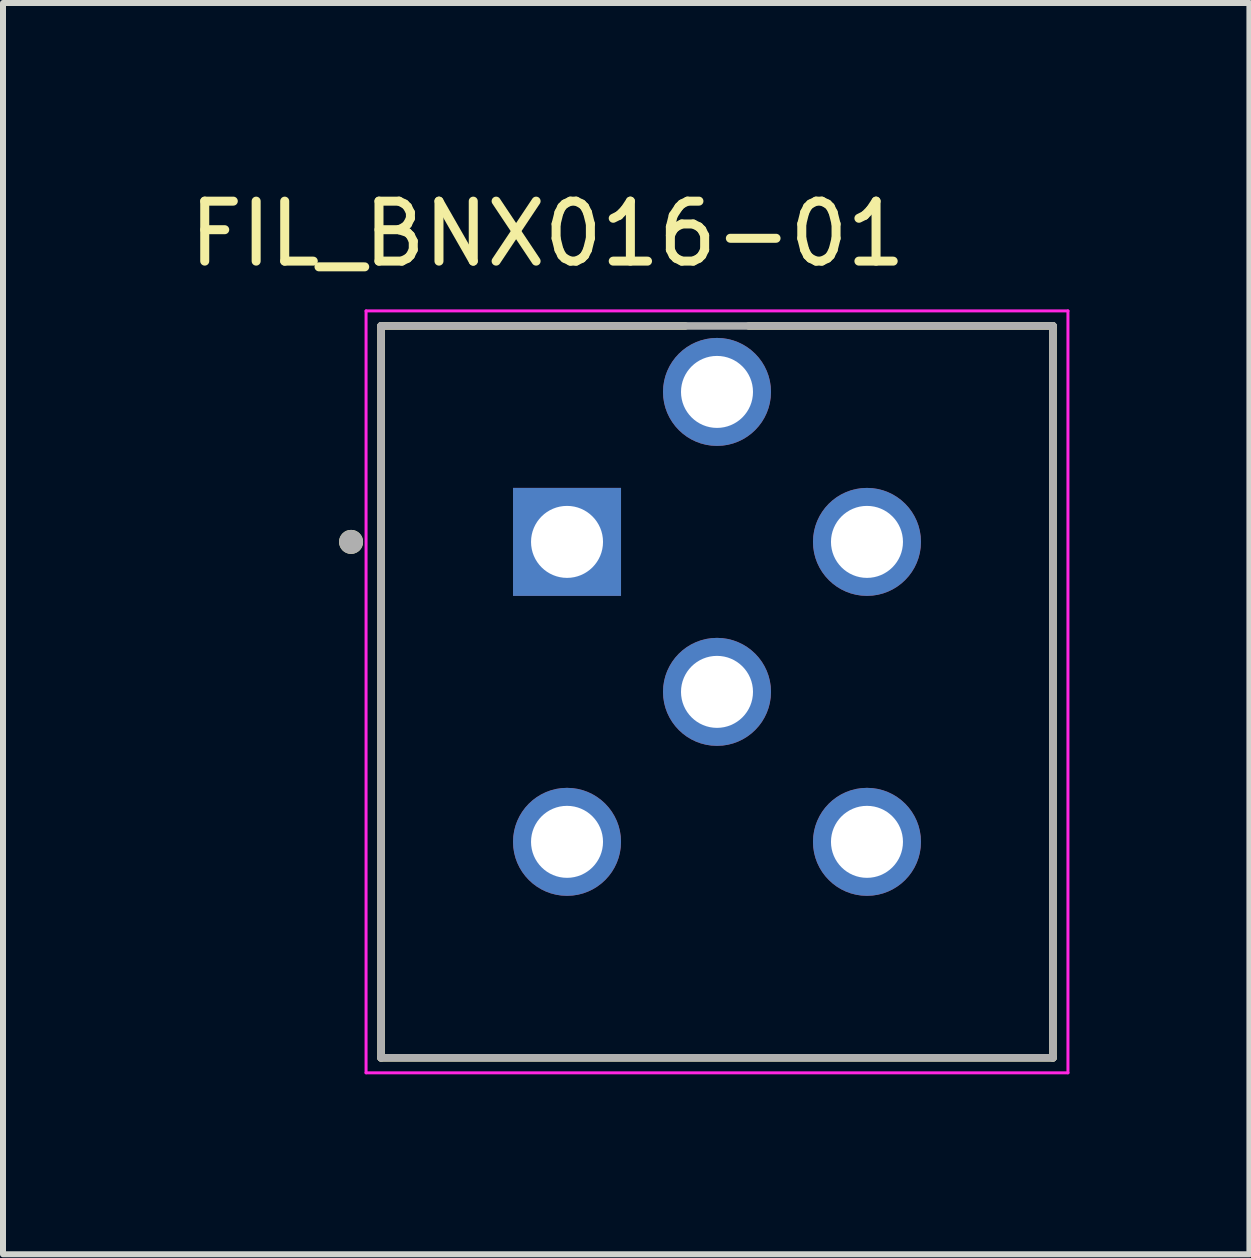
<source format=kicad_pcb>
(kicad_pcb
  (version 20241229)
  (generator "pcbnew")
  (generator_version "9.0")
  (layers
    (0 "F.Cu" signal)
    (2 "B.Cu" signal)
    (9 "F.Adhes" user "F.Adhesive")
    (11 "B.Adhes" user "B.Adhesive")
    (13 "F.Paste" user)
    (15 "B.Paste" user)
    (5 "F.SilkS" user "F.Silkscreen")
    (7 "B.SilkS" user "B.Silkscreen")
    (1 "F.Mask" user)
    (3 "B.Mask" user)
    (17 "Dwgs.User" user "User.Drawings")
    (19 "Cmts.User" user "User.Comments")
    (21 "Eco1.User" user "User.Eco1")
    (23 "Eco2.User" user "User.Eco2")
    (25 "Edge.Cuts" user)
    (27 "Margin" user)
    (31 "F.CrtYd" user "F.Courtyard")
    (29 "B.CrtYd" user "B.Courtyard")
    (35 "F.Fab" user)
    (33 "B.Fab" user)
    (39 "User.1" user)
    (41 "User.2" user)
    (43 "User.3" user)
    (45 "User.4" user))
  (footprint "FIL_BNX016-01"
    (layer "F.Cu")
    (at 8.902 8.483)
    (property "Reference" "FIL_BNX016-01" (at -2.825 -7.635 0) (layer "F.SilkS") (effects (font (size 1 1) (thickness 0.15))))
    (attr through_hole)
    (fp_line (start -5.6 -6.1) (end -0.53 -6.1) (stroke (width 0.127) (type solid)) (layer "F.SilkS"))
    (fp_line (start -5.6 6.1) (end -5.6 -6.1) (stroke (width 0.127) (type solid)) (layer "F.SilkS"))
    (fp_line (start 0.53 -6.1) (end 5.6 -6.1) (stroke (width 0.127) (type solid)) (layer "F.SilkS"))
    (fp_line (start 5.6 -6.1) (end 5.6 6.1) (stroke (width 0.127) (type solid)) (layer "F.SilkS"))
    (fp_line (start 5.6 6.1) (end -5.6 6.1) (stroke (width 0.127) (type solid)) (layer "F.SilkS"))
    (fp_circle (center -6.1 -2.5) (end -6 -2.5) (stroke (width 0.2) (type solid)) (fill no) (layer "F.SilkS"))
    (fp_line (start -5.85 -6.35) (end 5.85 -6.35) (stroke (width 0.05) (type solid)) (layer "F.CrtYd"))
    (fp_line (start -5.85 6.35) (end -5.85 -6.35) (stroke (width 0.05) (type solid)) (layer "F.CrtYd"))
    (fp_line (start 5.85 -6.35) (end 5.85 6.35) (stroke (width 0.05) (type solid)) (layer "F.CrtYd"))
    (fp_line (start 5.85 6.35) (end -5.85 6.35) (stroke (width 0.05) (type solid)) (layer "F.CrtYd"))
    (fp_line (start -5.6 -6.1) (end 5.6 -6.1) (stroke (width 0.127) (type solid)) (layer "F.Fab"))
    (fp_line (start -5.6 6.1) (end -5.6 -6.1) (stroke (width 0.127) (type solid)) (layer "F.Fab"))
    (fp_line (start 5.6 -6.1) (end 5.6 6.1) (stroke (width 0.127) (type solid)) (layer "F.Fab"))
    (fp_line (start 5.6 6.1) (end -5.6 6.1) (stroke (width 0.127) (type solid)) (layer "F.Fab"))
    (fp_circle (center -6.1 -2.5) (end -6 -2.5) (stroke (width 0.2) (type solid)) (fill no) (layer "F.Fab"))
    (pad "1" thru_hole rect (at -2.5 -2.5) (size 1.8 1.8) (drill 1.2) (layers "*.Cu" "*.Mask"))
    (pad "2" thru_hole circle (at 2.5 -2.5) (size 1.8 1.8) (drill 1.2) (layers "*.Cu" "*.Mask"))
    (pad "3" thru_hole circle (at -2.5 2.5) (size 1.8 1.8) (drill 1.2) (layers "*.Cu" "*.Mask"))
    (pad "4" thru_hole circle (at 2.5 2.5) (size 1.8 1.8) (drill 1.2) (layers "*.Cu" "*.Mask"))
    (pad "5" thru_hole circle (at 0 0) (size 1.8 1.8) (drill 1.2) (layers "*.Cu" "*.Mask"))
    (pad "6" thru_hole circle (at 0 -5) (size 1.8 1.8) (drill 1.2) (layers "*.Cu" "*.Mask")))
  (gr_rect
    (start -3 -3)
    (end 17.777 17.858)
    (stroke (width 0.1) (type default))
    (fill no)
    (layer "Edge.Cuts")))
</source>
